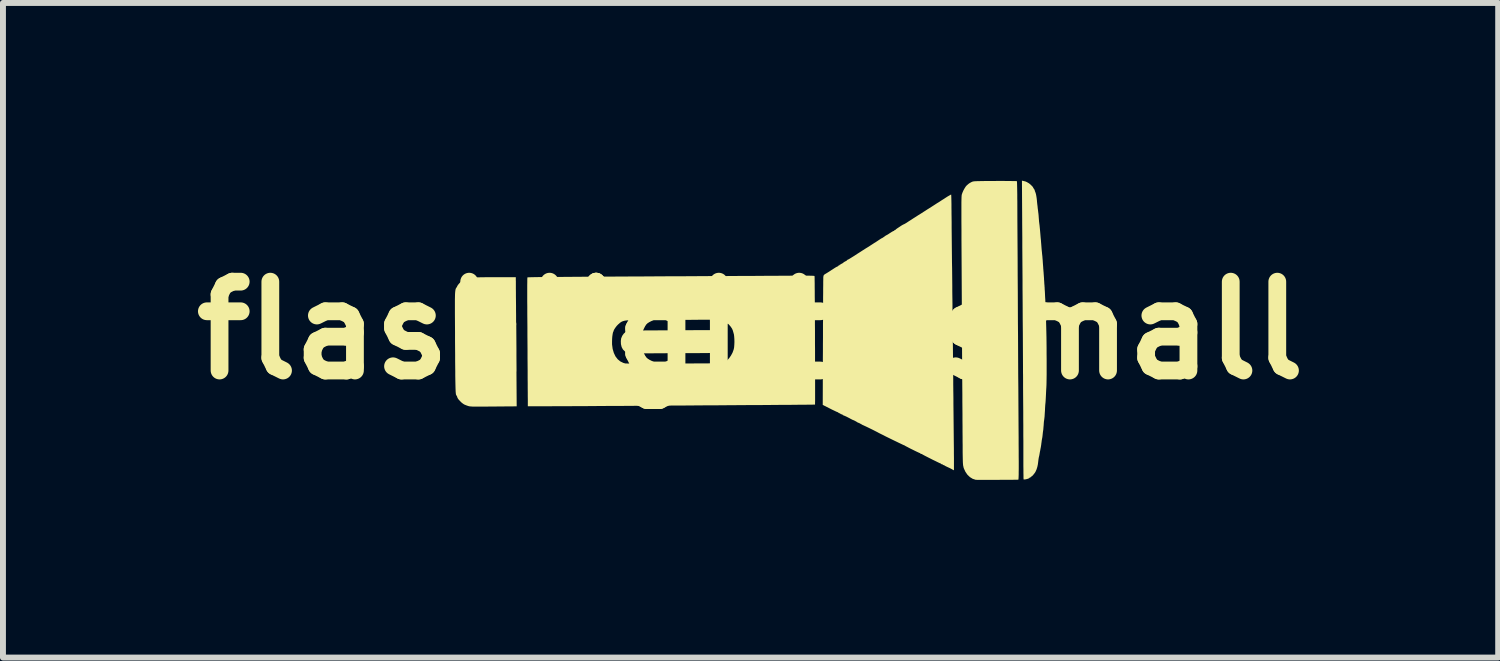
<source format=kicad_pcb>
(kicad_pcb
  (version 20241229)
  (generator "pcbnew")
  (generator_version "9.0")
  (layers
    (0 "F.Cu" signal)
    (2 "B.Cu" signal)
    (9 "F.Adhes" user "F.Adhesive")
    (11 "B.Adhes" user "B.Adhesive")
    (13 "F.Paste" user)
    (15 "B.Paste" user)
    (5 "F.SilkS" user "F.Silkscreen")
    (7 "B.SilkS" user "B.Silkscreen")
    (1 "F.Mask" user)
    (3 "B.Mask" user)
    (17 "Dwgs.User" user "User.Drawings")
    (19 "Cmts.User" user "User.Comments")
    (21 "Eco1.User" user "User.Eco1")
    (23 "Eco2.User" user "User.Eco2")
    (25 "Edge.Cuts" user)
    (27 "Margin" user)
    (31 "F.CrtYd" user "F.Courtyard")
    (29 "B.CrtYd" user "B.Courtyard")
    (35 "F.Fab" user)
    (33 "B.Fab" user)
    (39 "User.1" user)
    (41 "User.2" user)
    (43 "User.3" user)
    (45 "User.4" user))
  (footprint "flashlight-small"
    (layer "F.Cu")
    (at 9.621 2.527)
    (property "Reference" "flashlight-small" (at 0 0 0) (layer "F.SilkS") (effects (font (size 1.5 1.5) (thickness 0.3))))
    (attr board_only exclude_from_pos_files exclude_from_bom)
    (fp_poly (pts (xy -0.696 -0.003) (xy -0.651 -0.003) (xy -0.615 -0.001) (xy -0.587 0.001) (xy -0.565 0.004) (xy -0.548 0.008) (xy -0.534 0.013) (xy -0.522 0.02) (xy -0.51 0.027) (xy -0.507 0.029) (xy -0.484 0.052) (xy -0.465 0.086) (xy -0.45 0.124) (xy -0.443 0.162) (xy -0.442 0.173) (xy -0.445 0.224) (xy -0.454 0.264) (xy -0.47 0.299) (xy -0.492 0.329) (xy -0.502 0.34) (xy -0.511 0.35) (xy -0.521 0.358) (xy -0.532 0.364) (xy -0.547 0.37) (xy -0.565 0.374) (xy -0.589 0.377) (xy -0.62 0.38) (xy -0.659 0.382) (xy -0.707 0.383) (xy -0.765 0.384) (xy -0.835 0.384) (xy -0.918 0.385) (xy -0.993 0.385) (xy -1.085 0.385) (xy -1.184 0.386) (xy -1.286 0.386) (xy -1.39 0.386) (xy -1.49 0.387) (xy -1.585 0.387) (xy -1.67 0.388) (xy -1.732 0.388) (xy -1.801 0.388) (xy -1.866 0.388) (xy -1.925 0.388) (xy -1.976 0.388) (xy -2.018 0.388) (xy -2.049 0.387) (xy -2.067 0.387) (xy -2.071 0.387) (xy -2.088 0.38) (xy -2.094 0.377) (xy -2.105 0.368) (xy -2.122 0.355) (xy -2.123 0.354) (xy -2.155 0.322) (xy -2.176 0.282) (xy -2.188 0.232) (xy -2.19 0.179) (xy -2.184 0.135) (xy -2.166 0.092) (xy -2.14 0.055) (xy -2.108 0.027) (xy -2.072 0.009) (xy -2.067 0.008) (xy -2.055 0.007) (xy -2.029 0.006) (xy -1.991 0.005) (xy -1.943 0.004) (xy -1.885 0.003) (xy -1.819 0.002) (xy -1.748 0.001) (xy -1.671 0.001) (xy -1.63 0.001) (xy -1.539 0.000226) (xy -1.441 -0.000234) (xy -1.339 -0.001) (xy -1.237 -0.001) (xy -1.138 -0.002) (xy -1.045 -0.002) (xy -0.961 -0.003) (xy -0.902 -0.003) (xy -0.82 -0.003) (xy -0.752 -0.004)) (stroke (width 0) (type solid)) (fill yes) (layer "F.SilkS"))
    (fp_poly (pts (xy -3.963 -0.847) (xy -3.962 -0.83) (xy -3.962 -0.8) (xy -3.962 -0.758) (xy -3.962 -0.705) (xy -3.961 -0.643) (xy -3.961 -0.573) (xy -3.96 -0.497) (xy -3.959 -0.417) (xy -3.959 -0.343) (xy -3.958 -0.256) (xy -3.958 -0.157) (xy -3.957 -0.047) (xy -3.956 0.069) (xy -3.955 0.19) (xy -3.954 0.312) (xy -3.954 0.433) (xy -3.953 0.551) (xy -3.952 0.662) (xy -3.952 0.696) (xy -3.948 1.283) (xy -4.048 1.284) (xy -4.079 1.284) (xy -4.122 1.284) (xy -4.176 1.285) (xy -4.238 1.285) (xy -4.304 1.286) (xy -4.374 1.286) (xy -4.438 1.287) (xy -4.514 1.288) (xy -4.575 1.288) (xy -4.625 1.288) (xy -4.665 1.288) (xy -4.695 1.287) (xy -4.719 1.285) (xy -4.738 1.284) (xy -4.752 1.281) (xy -4.765 1.278) (xy -4.771 1.276) (xy -4.799 1.266) (xy -4.826 1.255) (xy -4.837 1.25) (xy -4.859 1.235) (xy -4.885 1.214) (xy -4.909 1.189) (xy -4.931 1.165) (xy -4.945 1.144) (xy -4.949 1.135) (xy -4.955 1.116) (xy -4.961 1.105) (xy -4.963 1.101) (xy -4.966 1.098) (xy -4.969 1.093) (xy -4.971 1.088) (xy -4.973 1.081) (xy -4.975 1.071) (xy -4.976 1.058) (xy -4.978 1.041) (xy -4.979 1.02) (xy -4.98 0.993) (xy -4.981 0.961) (xy -4.982 0.922) (xy -4.983 0.876) (xy -4.984 0.822) (xy -4.985 0.759) (xy -4.985 0.687) (xy -4.986 0.606) (xy -4.987 0.514) (xy -4.987 0.411) (xy -4.988 0.296) (xy -4.989 0.168) (xy -4.989 0.028) (xy -4.99 -0.127) (xy -4.991 -0.291) (xy -4.991 -0.379) (xy -4.991 -0.454) (xy -4.991 -0.517) (xy -4.99 -0.568) (xy -4.989 -0.61) (xy -4.987 -0.642) (xy -4.984 -0.668) (xy -4.981 -0.687) (xy -4.977 -0.702) (xy -4.971 -0.713) (xy -4.965 -0.722) (xy -4.963 -0.725) (xy -4.955 -0.736) (xy -4.954 -0.741) (xy -4.95 -0.75) (xy -4.938 -0.768) (xy -4.921 -0.789) (xy -4.9 -0.811) (xy -4.878 -0.832) (xy -4.859 -0.848) (xy -4.853 -0.852) (xy -4.838 -0.861) (xy -4.823 -0.869) (xy -4.807 -0.876) (xy -4.787 -0.881) (xy -4.763 -0.886) (xy -4.734 -0.889) (xy -4.698 -0.892) (xy -4.654 -0.894) (xy -4.6 -0.895) (xy -4.536 -0.896) (xy -4.46 -0.897) (xy -4.371 -0.897) (xy -4.323 -0.897) (xy -3.963 -0.897)) (stroke (width 0) (type solid)) (fill yes) (layer "F.SilkS"))
    (fp_poly (pts (xy 4.283 -2.522) (xy 4.34 -2.521) (xy 4.391 -2.521) (xy 4.434 -2.52) (xy 4.468 -2.52) (xy 4.489 -2.519) (xy 4.497 -2.518) (xy 4.498 -2.51) (xy 4.499 -2.488) (xy 4.5 -2.454) (xy 4.501 -2.409) (xy 4.502 -2.356) (xy 4.503 -2.296) (xy 4.503 -2.23) (xy 4.504 -2.183) (xy 4.505 -1.849) (xy 4.507 -1.53) (xy 4.509 -1.225) (xy 4.51 -0.934) (xy 4.512 -0.656) (xy 4.513 -0.39) (xy 4.514 -0.137) (xy 4.516 0.105) (xy 4.517 0.336) (xy 4.518 0.556) (xy 4.519 0.766) (xy 4.521 0.966) (xy 4.522 1.157) (xy 4.523 1.34) (xy 4.524 1.514) (xy 4.525 1.681) (xy 4.526 1.802) (xy 4.526 1.925) (xy 4.527 2.034) (xy 4.527 2.129) (xy 4.528 2.211) (xy 4.528 2.282) (xy 4.528 2.342) (xy 4.527 2.391) (xy 4.527 2.432) (xy 4.526 2.463) (xy 4.525 2.487) (xy 4.524 2.504) (xy 4.523 2.515) (xy 4.521 2.52) (xy 4.52 2.521) (xy 4.5 2.522) (xy 4.468 2.522) (xy 4.426 2.523) (xy 4.376 2.523) (xy 4.32 2.523) (xy 4.259 2.523) (xy 4.195 2.524) (xy 4.13 2.524) (xy 4.067 2.524) (xy 4.006 2.524) (xy 3.949 2.524) (xy 3.9 2.524) (xy 3.858 2.524) (xy 3.826 2.524) (xy 3.807 2.523) (xy 3.801 2.523) (xy 3.751 2.507) (xy 3.704 2.478) (xy 3.662 2.438) (xy 3.628 2.389) (xy 3.603 2.335) (xy 3.596 2.314) (xy 3.593 2.298) (xy 3.589 2.281) (xy 3.587 2.261) (xy 3.585 2.235) (xy 3.584 2.204) (xy 3.583 2.164) (xy 3.582 2.113) (xy 3.581 2.051) (xy 3.581 1.985) (xy 3.581 1.937) (xy 3.58 1.875) (xy 3.58 1.801) (xy 3.579 1.716) (xy 3.579 1.623) (xy 3.578 1.523) (xy 3.578 1.418) (xy 3.577 1.308) (xy 3.576 1.196) (xy 3.576 1.084) (xy 3.575 0.972) (xy 3.575 0.97) (xy 3.574 0.829) (xy 3.573 0.674) (xy 3.572 0.508) (xy 3.571 0.333) (xy 3.57 0.15) (xy 3.569 -0.039) (xy 3.568 -0.232) (xy 3.567 -0.428) (xy 3.566 -0.623) (xy 3.565 -0.817) (xy 3.564 -1.008) (xy 3.563 -1.193) (xy 3.562 -1.372) (xy 3.561 -1.541) (xy 3.561 -1.7) (xy 3.56 -1.846) (xy 3.56 -1.887) (xy 3.56 -1.964) (xy 3.56 -2.036) (xy 3.56 -2.102) (xy 3.56 -2.16) (xy 3.561 -2.209) (xy 3.562 -2.247) (xy 3.564 -2.274) (xy 3.565 -2.287) (xy 3.565 -2.287) (xy 3.577 -2.323) (xy 3.594 -2.362) (xy 3.614 -2.398) (xy 3.634 -2.429) (xy 3.652 -2.449) (xy 3.655 -2.451) (xy 3.671 -2.465) (xy 3.678 -2.471) (xy 3.691 -2.481) (xy 3.711 -2.493) (xy 3.722 -2.499) (xy 3.738 -2.507) (xy 3.756 -2.513) (xy 3.777 -2.516) (xy 3.806 -2.518) (xy 3.846 -2.519) (xy 3.9 -2.52) (xy 3.959 -2.521) (xy 4.023 -2.521) (xy 4.089 -2.521) (xy 4.155 -2.522) (xy 4.22 -2.522)) (stroke (width 0) (type solid)) (fill yes) (layer "F.SilkS"))
    (fp_poly (pts (xy 4.61 -2.521) (xy 4.639 -2.514) (xy 4.663 -2.504) (xy 4.689 -2.489) (xy 4.699 -2.483) (xy 4.72 -2.467) (xy 4.74 -2.448) (xy 4.758 -2.43) (xy 4.769 -2.416) (xy 4.771 -2.41) (xy 4.775 -2.401) (xy 4.782 -2.393) (xy 4.793 -2.376) (xy 4.797 -2.366) (xy 4.801 -2.35) (xy 4.81 -2.328) (xy 4.812 -2.321) (xy 4.818 -2.302) (xy 4.824 -2.272) (xy 4.83 -2.234) (xy 4.835 -2.192) (xy 4.835 -2.185) (xy 4.84 -2.136) (xy 4.845 -2.097) (xy 4.848 -2.065) (xy 4.852 -2.035) (xy 4.856 -2.003) (xy 4.857 -1.993) (xy 4.86 -1.971) (xy 4.863 -1.942) (xy 4.865 -1.913) (xy 4.871 -1.836) (xy 4.88 -1.766) (xy 4.882 -1.744) (xy 4.885 -1.714) (xy 4.887 -1.693) (xy 4.893 -1.623) (xy 4.898 -1.563) (xy 4.903 -1.515) (xy 4.903 -1.513) (xy 4.905 -1.485) (xy 4.908 -1.45) (xy 4.91 -1.423) (xy 4.914 -1.372) (xy 4.919 -1.323) (xy 4.923 -1.282) (xy 4.925 -1.264) (xy 4.927 -1.247) (xy 4.929 -1.219) (xy 4.932 -1.186) (xy 4.933 -1.17) (xy 4.936 -1.123) (xy 4.939 -1.087) (xy 4.941 -1.06) (xy 4.942 -1.039) (xy 4.944 -1.021) (xy 4.945 -1.002) (xy 4.947 -0.985) (xy 4.949 -0.952) (xy 4.952 -0.912) (xy 4.955 -0.871) (xy 4.955 -0.861) (xy 4.958 -0.822) (xy 4.96 -0.784) (xy 4.963 -0.752) (xy 4.963 -0.744) (xy 4.965 -0.723) (xy 4.966 -0.692) (xy 4.969 -0.654) (xy 4.971 -0.61) (xy 4.973 -0.564) (xy 4.976 -0.519) (xy 4.978 -0.477) (xy 4.979 -0.442) (xy 4.981 -0.415) (xy 4.981 -0.401) (xy 4.981 -0.4) (xy 4.981 -0.39) (xy 4.982 -0.366) (xy 4.983 -0.332) (xy 4.985 -0.289) (xy 4.987 -0.24) (xy 4.988 -0.192) (xy 4.99 -0.127) (xy 4.992 -0.052) (xy 4.994 0.03) (xy 4.996 0.117) (xy 4.997 0.208) (xy 4.998 0.302) (xy 4.998 0.396) (xy 4.999 0.489) (xy 4.999 0.579) (xy 4.999 0.664) (xy 4.999 0.743) (xy 4.998 0.814) (xy 4.997 0.875) (xy 4.996 0.925) (xy 4.994 0.961) (xy 4.994 0.966) (xy 4.992 0.993) (xy 4.99 1.031) (xy 4.988 1.073) (xy 4.986 1.113) (xy 4.984 1.153) (xy 4.982 1.189) (xy 4.98 1.217) (xy 4.978 1.235) (xy 4.978 1.236) (xy 4.976 1.254) (xy 4.974 1.282) (xy 4.972 1.317) (xy 4.971 1.345) (xy 4.967 1.404) (xy 4.964 1.456) (xy 4.959 1.498) (xy 4.955 1.527) (xy 4.953 1.54) (xy 4.951 1.565) (xy 4.949 1.595) (xy 4.948 1.61) (xy 4.945 1.642) (xy 4.943 1.669) (xy 4.941 1.687) (xy 4.94 1.691) (xy 4.938 1.704) (xy 4.935 1.727) (xy 4.933 1.747) (xy 4.93 1.775) (xy 4.927 1.8) (xy 4.925 1.812) (xy 4.92 1.838) (xy 4.916 1.861) (xy 4.913 1.887) (xy 4.91 1.906) (xy 4.907 1.933) (xy 4.903 1.956) (xy 4.902 1.966) (xy 4.898 1.986) (xy 4.895 2) (xy 4.891 2.024) (xy 4.888 2.038) (xy 4.884 2.058) (xy 4.88 2.083) (xy 4.879 2.087) (xy 4.876 2.107) (xy 4.873 2.119) (xy 4.873 2.121) (xy 4.87 2.132) (xy 4.865 2.155) (xy 4.86 2.188) (xy 4.855 2.23) (xy 4.85 2.267) (xy 4.842 2.304) (xy 4.83 2.344) (xy 4.814 2.381) (xy 4.803 2.401) (xy 4.784 2.426) (xy 4.766 2.448) (xy 4.75 2.463) (xy 4.741 2.468) (xy 4.733 2.474) (xy 4.733 2.476) (xy 4.727 2.483) (xy 4.721 2.483) (xy 4.711 2.487) (xy 4.71 2.49) (xy 4.703 2.497) (xy 4.686 2.504) (xy 4.664 2.511) (xy 4.64 2.516) (xy 4.621 2.518) (xy 4.61 2.516) (xy 4.609 2.515) (xy 4.609 2.507) (xy 4.608 2.485) (xy 4.608 2.451) (xy 4.607 2.406) (xy 4.607 2.353) (xy 4.606 2.292) (xy 4.606 2.225) (xy 4.606 2.17) (xy 4.606 2.122) (xy 4.606 2.069) (xy 4.606 2.009) (xy 4.606 1.942) (xy 4.606 1.869) (xy 4.605 1.787) (xy 4.605 1.698) (xy 4.605 1.6) (xy 4.604 1.493) (xy 4.604 1.376) (xy 4.603 1.249) (xy 4.602 1.112) (xy 4.601 0.964) (xy 4.601 0.804) (xy 4.6 0.633) (xy 4.599 0.449) (xy 4.598 0.252) (xy 4.597 0.042) (xy 4.595 -0.182) (xy 4.594 -0.421) (xy 4.593 -0.585) (xy 4.592 -0.705) (xy 4.592 -0.836) (xy 4.591 -0.976) (xy 4.59 -1.122) (xy 4.589 -1.27) (xy 4.588 -1.417) (xy 4.588 -1.56) (xy 4.587 -1.696) (xy 4.586 -1.821) (xy 4.586 -1.88) (xy 4.582 -2.527)) (stroke (width 0) (type solid)) (fill yes) (layer "F.SilkS"))
    (fp_poly (pts (xy 0.977 -0.923) (xy 1.024 -0.922) (xy 1.057 -0.921) (xy 1.076 -0.919) (xy 1.08 -0.917) (xy 1.081 -0.906) (xy 1.082 -0.881) (xy 1.082 -0.843) (xy 1.083 -0.793) (xy 1.083 -0.733) (xy 1.084 -0.663) (xy 1.084 -0.584) (xy 1.085 -0.498) (xy 1.086 -0.405) (xy 1.086 -0.306) (xy 1.087 -0.204) (xy 1.087 -0.097) (xy 1.088 0.012) (xy 1.088 0.122) (xy 1.088 0.233) (xy 1.089 0.343) (xy 1.089 0.452) (xy 1.089 0.558) (xy 1.09 0.66) (xy 1.09 0.758) (xy 1.09 0.85) (xy 1.09 0.935) (xy 1.09 1.012) (xy 1.09 1.08) (xy 1.09 1.139) (xy 1.09 1.186) (xy 1.089 1.222) (xy 1.089 1.245) (xy 1.088 1.254) (xy 1.088 1.254) (xy 1.079 1.254) (xy 1.056 1.254) (xy 1.019 1.255) (xy 0.969 1.255) (xy 0.907 1.256) (xy 0.834 1.256) (xy 0.75 1.257) (xy 0.657 1.258) (xy 0.555 1.258) (xy 0.444 1.259) (xy 0.326 1.26) (xy 0.202 1.261) (xy 0.071 1.262) (xy -0.064 1.262) (xy -0.204 1.263) (xy -0.347 1.264) (xy -0.359 1.264) (xy -0.478 1.265) (xy -0.603 1.266) (xy -0.73 1.266) (xy -0.859 1.267) (xy -0.987 1.268) (xy -1.112 1.269) (xy -1.231 1.269) (xy -1.344 1.27) (xy -1.447 1.271) (xy -1.538 1.271) (xy -1.604 1.272) (xy -1.751 1.273) (xy -1.898 1.274) (xy -2.045 1.275) (xy -2.191 1.276) (xy -2.335 1.276) (xy -2.476 1.277) (xy -2.614 1.278) (xy -2.748 1.279) (xy -2.877 1.279) (xy -3 1.28) (xy -3.117 1.281) (xy -3.227 1.281) (xy -3.328 1.281) (xy -3.421 1.282) (xy -3.504 1.282) (xy -3.577 1.282) (xy -3.639 1.282) (xy -3.689 1.282) (xy -3.726 1.282) (xy -3.75 1.282) (xy -3.759 1.282) (xy -3.76 1.282) (xy -3.76 1.274) (xy -3.76 1.252) (xy -3.76 1.218) (xy -3.76 1.172) (xy -3.761 1.115) (xy -3.761 1.049) (xy -3.762 0.975) (xy -3.762 0.893) (xy -3.763 0.806) (xy -3.763 0.714) (xy -3.763 0.683) (xy -3.764 0.573) (xy -3.765 0.454) (xy -3.765 0.33) (xy -3.766 0.203) (xy -3.766 0.186) (xy -2.338 0.186) (xy -2.338 0.225) (xy -2.338 0.237) (xy -2.328 0.313) (xy -2.308 0.381) (xy -2.28 0.44) (xy -2.243 0.488) (xy -2.198 0.525) (xy -2.147 0.55) (xy -2.114 0.559) (xy -2.102 0.559) (xy -2.075 0.56) (xy -2.035 0.561) (xy -1.981 0.561) (xy -1.915 0.561) (xy -1.836 0.561) (xy -1.747 0.561) (xy -1.647 0.561) (xy -1.536 0.561) (xy -1.416 0.561) (xy -1.288 0.56) (xy -1.151 0.56) (xy -1.006 0.559) (xy -0.855 0.558) (xy -0.736 0.558) (xy -0.677 0.557) (xy -0.623 0.556) (xy -0.574 0.555) (xy -0.534 0.553) (xy -0.504 0.552) (xy -0.486 0.55) (xy -0.483 0.549) (xy -0.464 0.543) (xy -0.451 0.54) (xy -0.421 0.527) (xy -0.39 0.502) (xy -0.359 0.467) (xy -0.33 0.425) (xy -0.305 0.379) (xy -0.287 0.33) (xy -0.283 0.317) (xy -0.277 0.285) (xy -0.274 0.244) (xy -0.272 0.197) (xy -0.273 0.149) (xy -0.276 0.106) (xy -0.28 0.071) (xy -0.283 0.06) (xy -0.29 0.035) (xy -0.296 0.014) (xy -0.298 0.006) (xy -0.311 -0.026) (xy -0.334 -0.061) (xy -0.364 -0.096) (xy -0.398 -0.127) (xy -0.416 -0.141) (xy -0.427 -0.148) (xy -0.438 -0.155) (xy -0.45 -0.16) (xy -0.463 -0.165) (xy -0.479 -0.169) (xy -0.499 -0.172) (xy -0.525 -0.174) (xy -0.556 -0.176) (xy -0.595 -0.177) (xy -0.642 -0.178) (xy -0.698 -0.179) (xy -0.765 -0.179) (xy -0.843 -0.179) (xy -0.934 -0.178) (xy -1.039 -0.177) (xy -1.072 -0.177) (xy -1.169 -0.177) (xy -1.268 -0.176) (xy -1.367 -0.176) (xy -1.463 -0.175) (xy -1.555 -0.175) (xy -1.64 -0.174) (xy -1.718 -0.174) (xy -1.784 -0.174) (xy -1.839 -0.173) (xy -1.857 -0.173) (xy -1.933 -0.173) (xy -1.995 -0.172) (xy -2.046 -0.171) (xy -2.087 -0.168) (xy -2.12 -0.164) (xy -2.147 -0.157) (xy -2.17 -0.149) (xy -2.189 -0.138) (xy -2.208 -0.124) (xy -2.228 -0.106) (xy -2.235 -0.1) (xy -2.26 -0.074) (xy -2.282 -0.045) (xy -2.301 -0.016) (xy -2.312 0.008) (xy -2.313 0.015) (xy -2.317 0.024) (xy -2.319 0.026) (xy -2.324 0.042) (xy -2.329 0.07) (xy -2.334 0.105) (xy -2.337 0.145) (xy -2.338 0.186) (xy -3.766 0.186) (xy -3.767 0.077) (xy -3.767 -0.047) (xy -3.768 -0.165) (xy -3.769 -0.274) (xy -3.769 -0.372) (xy -3.769 -0.402) (xy -3.77 -0.487) (xy -3.77 -0.567) (xy -3.77 -0.641) (xy -3.77 -0.708) (xy -3.77 -0.767) (xy -3.769 -0.816) (xy -3.769 -0.854) (xy -3.768 -0.88) (xy -3.767 -0.893) (xy -3.767 -0.894) (xy -3.758 -0.895) (xy -3.735 -0.896) (xy -3.697 -0.897) (xy -3.645 -0.898) (xy -3.58 -0.899) (xy -3.501 -0.899) (xy -3.409 -0.9) (xy -3.305 -0.901) (xy -3.189 -0.902) (xy -3.061 -0.903) (xy -2.922 -0.904) (xy -2.772 -0.905) (xy -2.611 -0.906) (xy -2.44 -0.907) (xy -2.258 -0.908) (xy -2.068 -0.909) (xy -1.97 -0.91) (xy -1.815 -0.91) (xy -1.657 -0.911) (xy -1.495 -0.912) (xy -1.332 -0.913) (xy -1.168 -0.913) (xy -1.004 -0.914) (xy -0.841 -0.915) (xy -0.68 -0.916) (xy -0.521 -0.916) (xy -0.366 -0.917) (xy -0.216 -0.918) (xy -0.071 -0.919) (xy 0.067 -0.919) (xy 0.198 -0.92) (xy 0.32 -0.921) (xy 0.433 -0.921) (xy 0.537 -0.922) (xy 0.629 -0.922) (xy 0.709 -0.923) (xy 0.776 -0.923) (xy 0.829 -0.923) (xy 0.844 -0.923) (xy 0.917 -0.924)) (stroke (width 0) (type solid)) (fill yes) (layer "F.SilkS"))
    (fp_poly (pts (xy 3.388 -2.284) (xy 3.389 -2.262) (xy 3.39 -2.228) (xy 3.391 -2.185) (xy 3.392 -2.132) (xy 3.392 -2.072) (xy 3.393 -2.007) (xy 3.393 -1.976) (xy 3.394 -1.905) (xy 3.395 -1.823) (xy 3.395 -1.731) (xy 3.396 -1.632) (xy 3.397 -1.531) (xy 3.398 -1.429) (xy 3.399 -1.33) (xy 3.4 -1.237) (xy 3.4 -1.23) (xy 3.401 -1.139) (xy 3.403 -1.043) (xy 3.404 -0.944) (xy 3.405 -0.846) (xy 3.406 -0.752) (xy 3.406 -0.664) (xy 3.407 -0.585) (xy 3.408 -0.518) (xy 3.408 -0.51) (xy 3.409 -0.447) (xy 3.409 -0.372) (xy 3.41 -0.287) (xy 3.411 -0.194) (xy 3.412 -0.097) (xy 3.413 0.003) (xy 3.414 0.102) (xy 3.415 0.199) (xy 3.416 0.249) (xy 3.417 0.343) (xy 3.418 0.442) (xy 3.419 0.543) (xy 3.42 0.643) (xy 3.421 0.74) (xy 3.422 0.83) (xy 3.422 0.912) (xy 3.423 0.983) (xy 3.423 1.015) (xy 3.424 1.076) (xy 3.425 1.149) (xy 3.425 1.233) (xy 3.426 1.325) (xy 3.427 1.423) (xy 3.428 1.525) (xy 3.429 1.628) (xy 3.43 1.73) (xy 3.431 1.828) (xy 3.431 1.836) (xy 3.432 1.924) (xy 3.433 2.007) (xy 3.433 2.084) (xy 3.434 2.154) (xy 3.434 2.216) (xy 3.434 2.269) (xy 3.434 2.311) (xy 3.434 2.342) (xy 3.434 2.359) (xy 3.434 2.362) (xy 3.426 2.359) (xy 3.409 2.35) (xy 3.393 2.341) (xy 3.364 2.326) (xy 3.334 2.312) (xy 3.321 2.306) (xy 3.298 2.295) (xy 3.279 2.285) (xy 3.274 2.281) (xy 3.264 2.274) (xy 3.261 2.276) (xy 3.256 2.276) (xy 3.246 2.268) (xy 3.235 2.26) (xy 3.231 2.261) (xy 3.226 2.261) (xy 3.216 2.253) (xy 3.205 2.245) (xy 3.2 2.244) (xy 3.194 2.242) (xy 3.177 2.234) (xy 3.15 2.221) (xy 3.118 2.205) (xy 3.08 2.187) (xy 3.041 2.167) (xy 3.003 2.148) (xy 2.966 2.129) (xy 2.935 2.113) (xy 2.911 2.1) (xy 2.896 2.091) (xy 2.893 2.089) (xy 2.885 2.085) (xy 2.883 2.087) (xy 2.879 2.087) (xy 2.868 2.08) (xy 2.857 2.071) (xy 2.853 2.07) (xy 2.847 2.068) (xy 2.83 2.06) (xy 2.804 2.048) (xy 2.773 2.033) (xy 2.739 2.016) (xy 2.704 1.999) (xy 2.671 1.982) (xy 2.643 1.967) (xy 2.621 1.956) (xy 2.609 1.949) (xy 2.608 1.948) (xy 2.599 1.942) (xy 2.597 1.942) (xy 2.589 1.939) (xy 2.571 1.931) (xy 2.542 1.917) (xy 2.506 1.9) (xy 2.465 1.88) (xy 2.419 1.858) (xy 2.372 1.835) (xy 2.325 1.812) (xy 2.28 1.79) (xy 2.24 1.769) (xy 2.205 1.752) (xy 2.179 1.739) (xy 2.162 1.73) (xy 2.159 1.729) (xy 2.142 1.719) (xy 2.116 1.706) (xy 2.083 1.689) (xy 2.047 1.671) (xy 2.008 1.652) (xy 1.971 1.634) (xy 1.937 1.618) (xy 1.909 1.605) (xy 1.89 1.596) (xy 1.881 1.593) (xy 1.873 1.588) (xy 1.872 1.585) (xy 1.866 1.579) (xy 1.857 1.578) (xy 1.845 1.574) (xy 1.842 1.57) (xy 1.835 1.564) (xy 1.827 1.562) (xy 1.813 1.559) (xy 1.808 1.555) (xy 1.799 1.549) (xy 1.782 1.539) (xy 1.762 1.528) (xy 1.742 1.518) (xy 1.729 1.514) (xy 1.729 1.513) (xy 1.72 1.51) (xy 1.704 1.501) (xy 1.698 1.499) (xy 1.656 1.476) (xy 1.619 1.457) (xy 1.59 1.444) (xy 1.57 1.436) (xy 1.564 1.434) (xy 1.556 1.429) (xy 1.555 1.427) (xy 1.549 1.42) (xy 1.541 1.419) (xy 1.524 1.414) (xy 1.517 1.408) (xy 1.507 1.4) (xy 1.502 1.4) (xy 1.493 1.398) (xy 1.487 1.393) (xy 1.475 1.383) (xy 1.469 1.381) (xy 1.46 1.378) (xy 1.44 1.369) (xy 1.411 1.355) (xy 1.375 1.338) (xy 1.34 1.32) (xy 1.219 1.259) (xy 1.22 0.895) (xy 1.22 0.831) (xy 1.22 0.754) (xy 1.221 0.666) (xy 1.221 0.568) (xy 1.221 0.462) (xy 1.222 0.351) (xy 1.222 0.237) (xy 1.223 0.12) (xy 1.223 0.004) (xy 1.223 -0.11) (xy 1.224 -0.17) (xy 1.224 -0.273) (xy 1.224 -0.371) (xy 1.225 -0.465) (xy 1.225 -0.552) (xy 1.226 -0.633) (xy 1.226 -0.705) (xy 1.227 -0.768) (xy 1.227 -0.82) (xy 1.228 -0.86) (xy 1.228 -0.888) (xy 1.229 -0.903) (xy 1.229 -0.903) (xy 1.233 -0.925) (xy 1.243 -0.939) (xy 1.259 -0.95) (xy 1.276 -0.96) (xy 1.302 -0.976) (xy 1.334 -0.996) (xy 1.368 -1.019) (xy 1.374 -1.022) (xy 1.406 -1.043) (xy 1.434 -1.061) (xy 1.456 -1.073) (xy 1.469 -1.079) (xy 1.47 -1.079) (xy 1.479 -1.084) (xy 1.479 -1.087) (xy 1.486 -1.094) (xy 1.491 -1.095) (xy 1.501 -1.099) (xy 1.502 -1.102) (xy 1.508 -1.109) (xy 1.513 -1.11) (xy 1.523 -1.114) (xy 1.525 -1.118) (xy 1.529 -1.123) (xy 1.531 -1.122) (xy 1.54 -1.124) (xy 1.555 -1.134) (xy 1.559 -1.137) (xy 1.581 -1.154) (xy 1.605 -1.167) (xy 1.606 -1.167) (xy 1.622 -1.176) (xy 1.63 -1.184) (xy 1.63 -1.185) (xy 1.635 -1.191) (xy 1.637 -1.191) (xy 1.645 -1.194) (xy 1.664 -1.204) (xy 1.69 -1.22) (xy 1.724 -1.241) (xy 1.756 -1.261) (xy 1.798 -1.289) (xy 1.844 -1.318) (xy 1.892 -1.349) (xy 1.939 -1.379) (xy 1.984 -1.407) (xy 2.025 -1.433) (xy 2.059 -1.455) (xy 2.085 -1.472) (xy 2.101 -1.482) (xy 2.104 -1.483) (xy 2.116 -1.491) (xy 2.137 -1.505) (xy 2.161 -1.521) (xy 2.164 -1.523) (xy 2.187 -1.538) (xy 2.205 -1.55) (xy 2.215 -1.555) (xy 2.216 -1.555) (xy 2.224 -1.559) (xy 2.241 -1.57) (xy 2.257 -1.581) (xy 2.277 -1.596) (xy 2.292 -1.605) (xy 2.298 -1.608) (xy 2.306 -1.612) (xy 2.323 -1.622) (xy 2.347 -1.638) (xy 2.358 -1.645) (xy 2.383 -1.661) (xy 2.404 -1.673) (xy 2.416 -1.678) (xy 2.418 -1.678) (xy 2.423 -1.679) (xy 2.423 -1.682) (xy 2.429 -1.69) (xy 2.434 -1.691) (xy 2.444 -1.694) (xy 2.446 -1.697) (xy 2.452 -1.703) (xy 2.467 -1.715) (xy 2.489 -1.73) (xy 2.515 -1.747) (xy 2.54 -1.764) (xy 2.563 -1.778) (xy 2.579 -1.787) (xy 2.585 -1.789) (xy 2.594 -1.793) (xy 2.612 -1.803) (xy 2.637 -1.818) (xy 2.656 -1.831) (xy 2.679 -1.846) (xy 2.711 -1.866) (xy 2.749 -1.891) (xy 2.792 -1.918) (xy 2.835 -1.946) (xy 2.879 -1.973) (xy 2.919 -1.999) (xy 2.954 -2.021) (xy 2.981 -2.039) (xy 2.999 -2.05) (xy 3.001 -2.051) (xy 3.013 -2.059) (xy 3.035 -2.072) (xy 3.062 -2.09) (xy 3.087 -2.106) (xy 3.118 -2.126) (xy 3.144 -2.143) (xy 3.165 -2.156) (xy 3.174 -2.161) (xy 3.185 -2.168) (xy 3.206 -2.182) (xy 3.235 -2.201) (xy 3.269 -2.222) (xy 3.285 -2.233) (xy 3.319 -2.255) (xy 3.348 -2.272) (xy 3.371 -2.285) (xy 3.384 -2.292) (xy 3.387 -2.292)) (stroke (width 0) (type solid)) (fill yes) (layer "F.SilkS")))
  (gr_rect
    (start -3 -3)
    (end 22.243 8.051)
    (stroke (width 0.1) (type default))
    (fill no)
    (layer "Edge.Cuts")))
</source>
